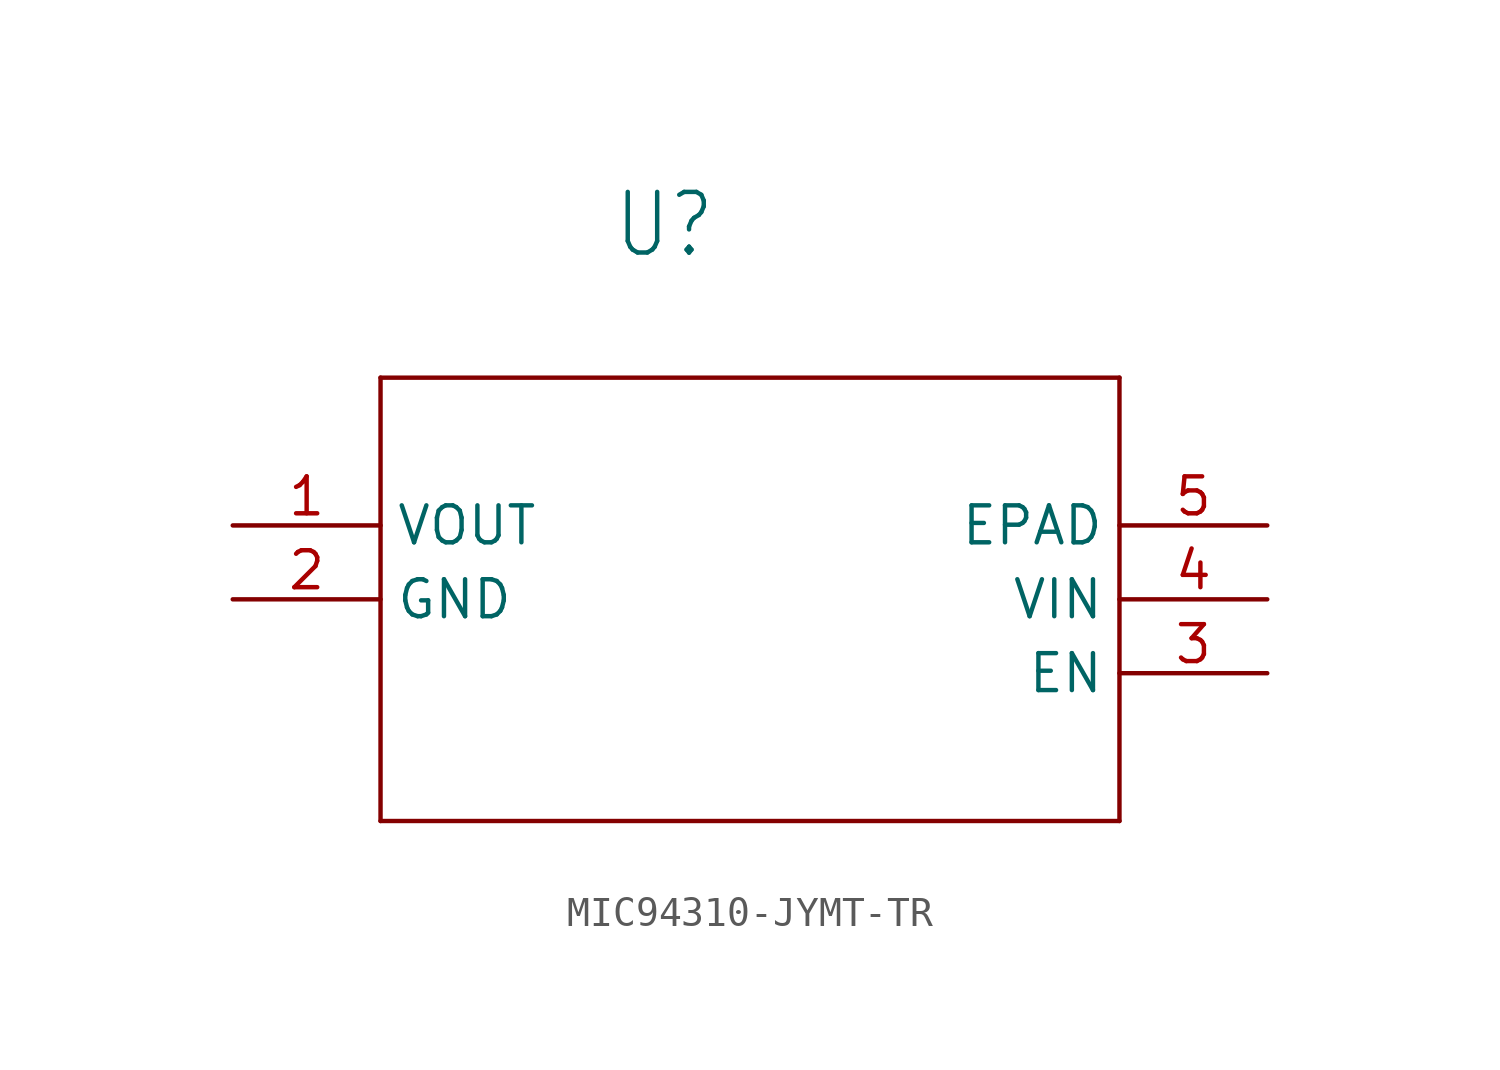
<source format=kicad_sym>
(kicad_symbol_lib
  (version 20231120)
  (generator "kicad_symbol_editor")
  (generator_version "8.0")
  (symbol "MIC94310-JYMT-TR"
    (property "Reference" "U"
      (at 15.596 9.119 0)
      (effects (font (size 2.083 1.77)) (justify left bottom)))
    (property "Value" ""
      (at 14.961 6.579 0)
      (effects (font (size 2.083 1.77)) (justify left bottom)))
    (property "ki_locked" ""
      (at 0 0 0)
      (effects (font (size 1.27 1.27))))
    (symbol "MIC94310-JYMT-TR_1_0"
      (polyline (pts (xy 7.62 -10.16) (xy 33.02 -10.16)) (stroke (width 0.152) (type solid)) (fill (type none)))
      (polyline (pts (xy 7.62 5.08) (xy 7.62 -10.16)) (stroke (width 0.152) (type solid)) (fill (type none)))
      (polyline (pts (xy 33.02 -10.16) (xy 33.02 5.08)) (stroke (width 0.152) (type solid)) (fill (type none)))
      (polyline (pts (xy 33.02 5.08) (xy 7.62 5.08)) (stroke (width 0.152) (type solid)) (fill (type none)))
      (pin output line (at 2.54 0 0) (length 5.08) (name "VOUT" (effects (font (size 1.27 1.27)))) (number "1" (effects (font (size 1.27 1.27)))))
      (pin power_in line (at 2.54 -2.54 0) (length 5.08) (name "GND" (effects (font (size 1.27 1.27)))) (number "2" (effects (font (size 1.27 1.27)))))
      (pin input line (at 38.1 -5.08 180) (length 5.08) (name "EN" (effects (font (size 1.27 1.27)))) (number "3" (effects (font (size 1.27 1.27)))))
      (pin input line (at 38.1 -2.54 180) (length 5.08) (name "VIN" (effects (font (size 1.27 1.27)))) (number "4" (effects (font (size 1.27 1.27)))))
      (pin passive line (at 38.1 0 180) (length 5.08) (name "EPAD" (effects (font (size 1.27 1.27)))) (number "5" (effects (font (size 1.27 1.27))))))))
</source>
